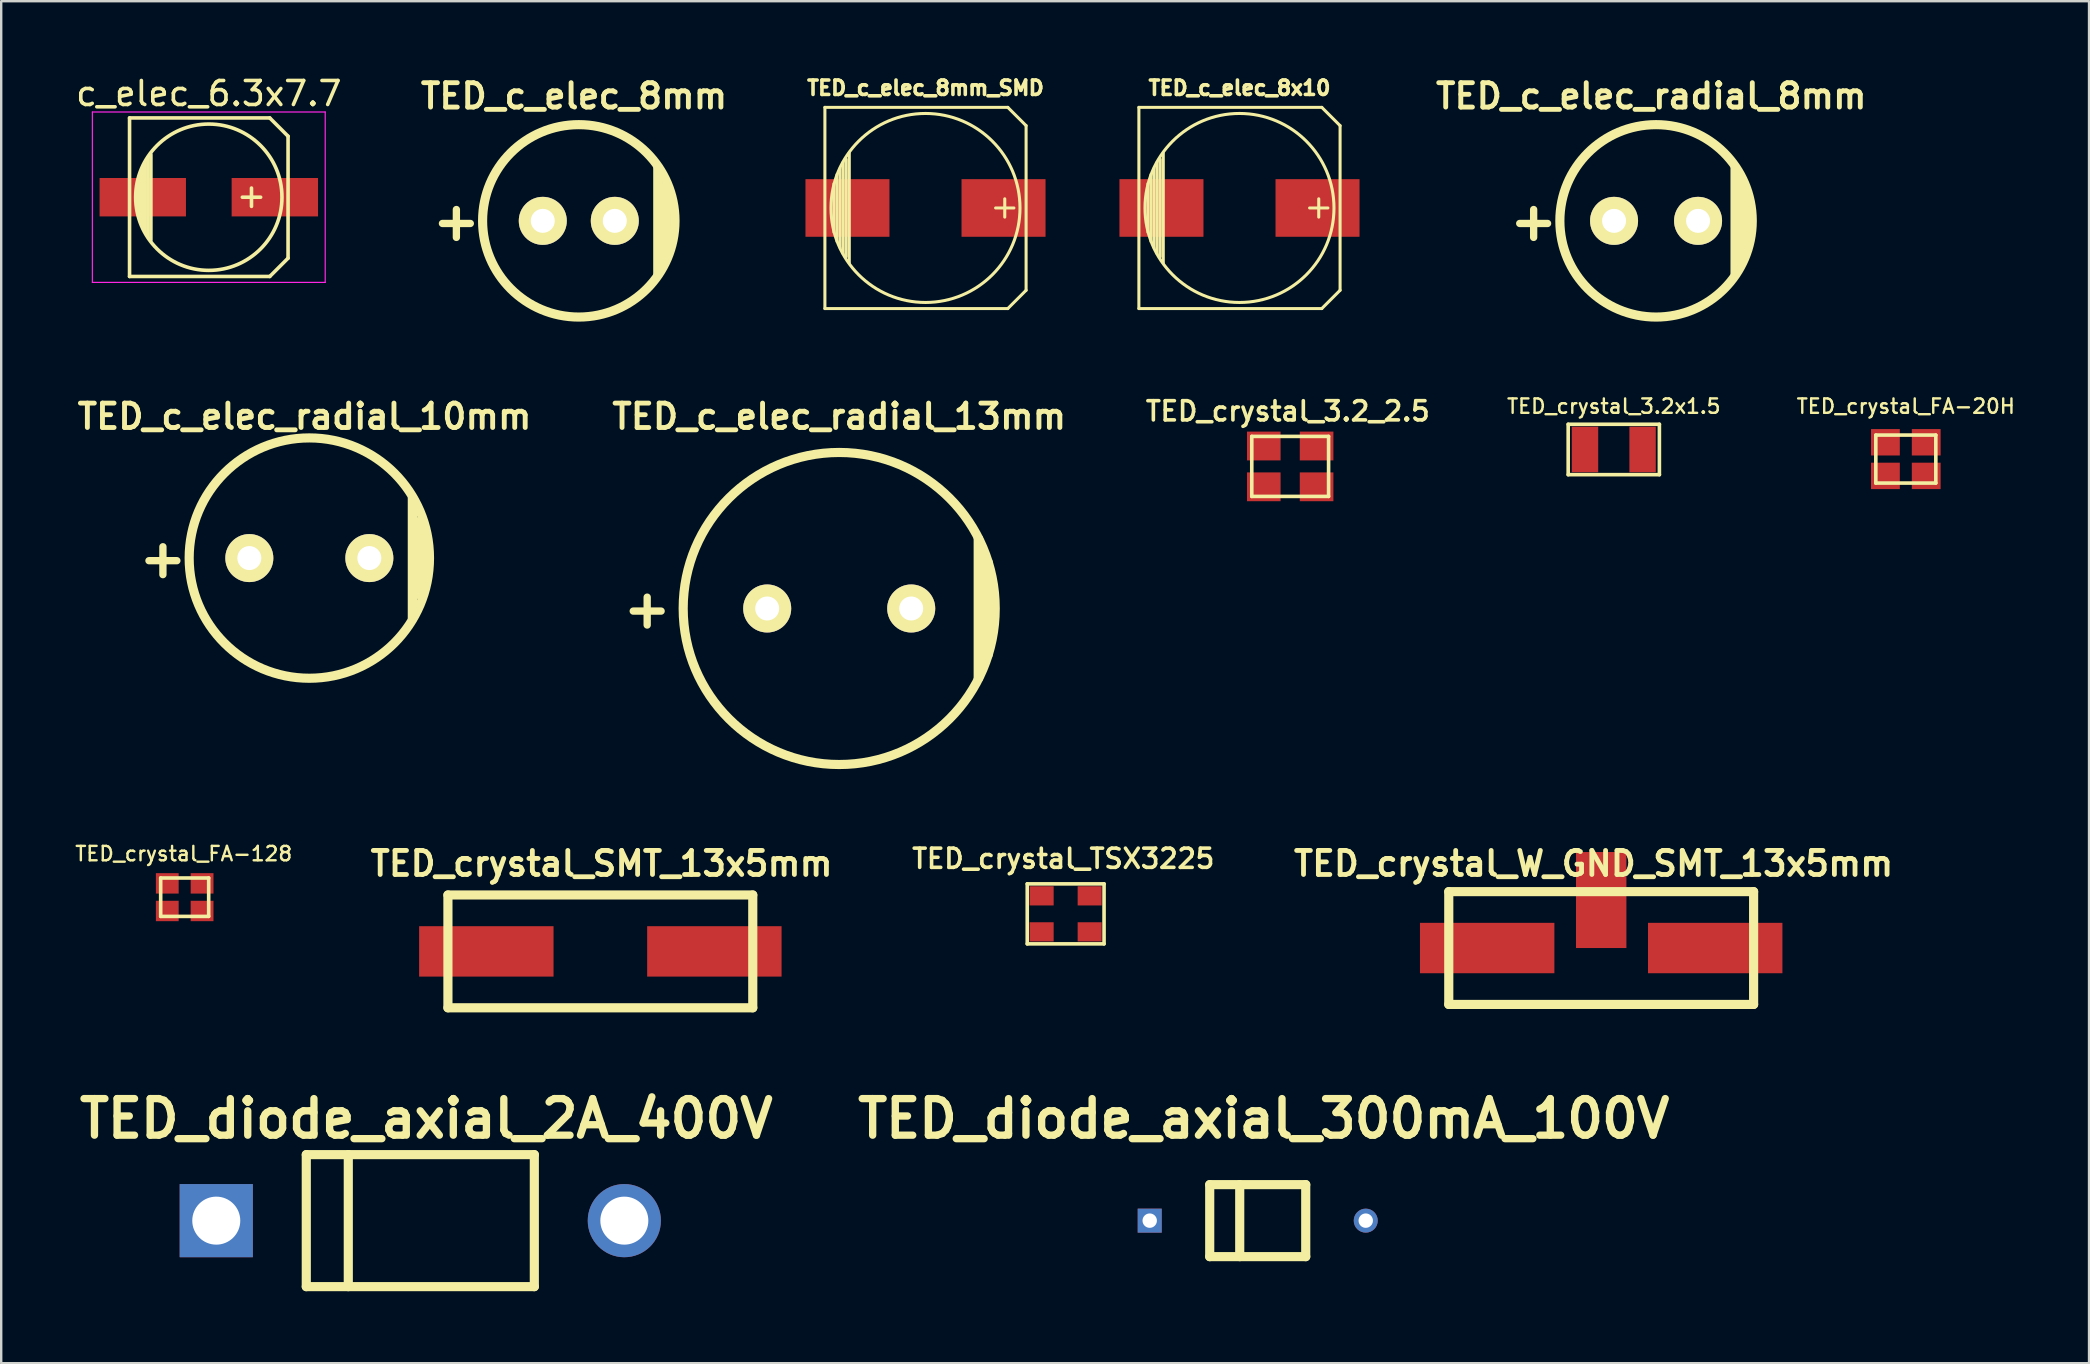
<source format=kicad_pcb>
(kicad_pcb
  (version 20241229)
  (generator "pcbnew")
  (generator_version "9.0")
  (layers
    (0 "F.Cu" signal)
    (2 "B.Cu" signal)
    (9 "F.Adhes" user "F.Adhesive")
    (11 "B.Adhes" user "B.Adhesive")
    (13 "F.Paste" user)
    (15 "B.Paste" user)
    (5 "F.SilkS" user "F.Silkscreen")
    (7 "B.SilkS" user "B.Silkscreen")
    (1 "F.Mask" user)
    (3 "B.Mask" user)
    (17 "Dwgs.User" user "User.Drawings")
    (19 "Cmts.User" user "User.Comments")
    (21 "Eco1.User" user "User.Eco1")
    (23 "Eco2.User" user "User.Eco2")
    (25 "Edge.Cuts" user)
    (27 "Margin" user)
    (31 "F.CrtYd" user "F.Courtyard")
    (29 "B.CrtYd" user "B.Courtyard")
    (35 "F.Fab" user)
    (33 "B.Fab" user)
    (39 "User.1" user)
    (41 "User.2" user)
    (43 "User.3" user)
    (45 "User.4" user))
  (footprint "TED_c_elec_radial_8mm"
    (layer "F.Cu")
    (at 65.943 6.151)
    (property "Reference" "TED_c_elec_radial_8mm" (at -0.2 -5.2 0) (layer "F.SilkS") (effects (font (size 1.016 1.016) (thickness 0.203))))
    (attr through_hole)
    (fp_line (start 3.3 2.2) (end 3.3 -2.2) (stroke (width 0.4) (type solid)) (layer "F.SilkS"))
    (fp_line (start 3.65 -1.5) (end 3.65 1.5) (stroke (width 0.381) (type solid)) (layer "F.SilkS"))
    (fp_circle (center 0 0) (end 4 0.25) (stroke (width 0.381) (type solid)) (fill no) (layer "F.SilkS"))
    (fp_text user "+" (at -5.1 0 0) (layer "F.SilkS") (effects (font (size 1.524 1.524) (thickness 0.305))))
    (pad "1" thru_hole circle (at -1.75 0) (size 2 2) (drill 1) (layers "*.Mask" "B.Cu" "F.SilkS"))
    (pad "2" thru_hole circle (at 1.75 0) (size 2 2) (drill 1) (layers "*.Mask" "B.Cu" "F.SilkS")))
  (footprint "TED_crystal_W_GND_SMT_13x5mm"
    (layer "F.Cu")
    (at 63.657 36.446)
    (property "Reference" "TED_crystal_W_GND_SMT_13x5mm" (at -0.318 -3.518 0) (layer "F.SilkS") (effects (font (size 1.001 1.001) (thickness 0.201))))
    (attr through_hole)
    (fp_line (start -6.35 -2.35) (end -6.35 2.35) (stroke (width 0.381) (type solid)) (layer "F.SilkS"))
    (fp_line (start -6.35 -2.35) (end 6.35 -2.35) (stroke (width 0.381) (type solid)) (layer "F.SilkS"))
    (fp_line (start -6.35 2.35) (end 6.35 2.35) (stroke (width 0.381) (type solid)) (layer "F.SilkS"))
    (fp_line (start 6.35 -2.35) (end 6.35 2.35) (stroke (width 0.381) (type solid)) (layer "F.SilkS"))
    (pad "1" smd rect (at -4.75 0) (size 5.6 2.1) (layers "F.Cu" "F.Mask" "F.Paste"))
    (pad "2" smd rect (at 4.75 0) (size 5.6 2.1) (layers "F.Cu" "F.Mask" "F.Paste"))
    (pad "3" smd rect (at 0 -2) (size 2.1 4) (layers "F.Cu" "F.Mask" "F.Paste")))
  (footprint "TED_c_elec_8x10"
    (layer "F.Cu")
    (at 48.588 5.614)
    (property "Reference" "TED_c_elec_8x10" (at 0 -5 0) (layer "F.SilkS") (effects (font (size 0.6 0.6) (thickness 0.15))))
    (attr through_hole)
    (fp_line (start -4.191 -4.191) (end -4.191 4.191) (stroke (width 0.127) (type solid)) (layer "F.SilkS"))
    (fp_line (start -4.191 4.191) (end 3.429 4.191) (stroke (width 0.127) (type solid)) (layer "F.SilkS"))
    (fp_line (start -3.81 -1.016) (end -3.81 1.016) (stroke (width 0.127) (type solid)) (layer "F.SilkS"))
    (fp_line (start -3.683 1.397) (end -3.683 -1.397) (stroke (width 0.127) (type solid)) (layer "F.SilkS"))
    (fp_line (start -3.556 -1.651) (end -3.556 1.651) (stroke (width 0.127) (type solid)) (layer "F.SilkS"))
    (fp_line (start -3.429 1.905) (end -3.429 -1.905) (stroke (width 0.127) (type solid)) (layer "F.SilkS"))
    (fp_line (start -3.302 2.032) (end -3.302 -2.032) (stroke (width 0.127) (type solid)) (layer "F.SilkS"))
    (fp_line (start -3.175 -2.286) (end -3.175 2.286) (stroke (width 0.127) (type solid)) (layer "F.SilkS"))
    (fp_line (start 3.302 -0.381) (end 3.302 0.381) (stroke (width 0.127) (type solid)) (layer "F.SilkS"))
    (fp_line (start 3.429 -4.191) (end -4.191 -4.191) (stroke (width 0.127) (type solid)) (layer "F.SilkS"))
    (fp_line (start 3.429 4.191) (end 4.191 3.429) (stroke (width 0.127) (type solid)) (layer "F.SilkS"))
    (fp_line (start 3.683 0) (end 2.921 0) (stroke (width 0.127) (type solid)) (layer "F.SilkS"))
    (fp_line (start 4.191 -3.429) (end 3.429 -4.191) (stroke (width 0.127) (type solid)) (layer "F.SilkS"))
    (fp_line (start 4.191 3.429) (end 4.191 -3.429) (stroke (width 0.127) (type solid)) (layer "F.SilkS"))
    (fp_circle (center 0 0) (end 3.937 0) (stroke (width 0.127) (type solid)) (fill no) (layer "F.SilkS"))
    (pad "1" smd rect (at 3.251 0) (size 3.5 2.4) (layers "F.Cu" "F.Mask" "F.Paste"))
    (pad "2" smd rect (at -3.251 0) (size 3.5 2.4) (layers "F.Cu" "F.Mask" "F.Paste")))
  (footprint "TED_c_elec_radial_10mm"
    (layer "F.Cu")
    (at 9.837 20.2)
    (property "Reference" "TED_c_elec_radial_10mm" (at -0.2 -5.9 0) (layer "F.SilkS") (effects (font (size 1.016 1.016) (thickness 0.203))))
    (attr through_hole)
    (fp_line (start 4.3 2.5) (end 4.3 -2.5) (stroke (width 0.4) (type solid)) (layer "F.SilkS"))
    (fp_line (start 4.65 -1.5) (end 4.65 1.5) (stroke (width 0.5) (type solid)) (layer "F.SilkS"))
    (fp_circle (center 0 0) (end 5 0.25) (stroke (width 0.381) (type solid)) (fill no) (layer "F.SilkS"))
    (fp_text user "+" (at -6.1 0 0) (layer "F.SilkS") (effects (font (size 1.524 1.524) (thickness 0.305))))
    (pad "1" thru_hole circle (at -2.5 0) (size 2 2) (drill 1) (layers "*.Mask" "B.Cu" "F.SilkS"))
    (pad "2" thru_hole circle (at 2.5 0) (size 2 2) (drill 1) (layers "*.Mask" "B.Cu" "F.SilkS")))
  (footprint "TED_diode_axial_2A_400V"
    (layer "F.Cu")
    (at 14.46 47.803)
    (property "Reference" "TED_diode_axial_2A_400V" (at 0.25 -4.25 0) (layer "F.SilkS") (effects (font (size 1.524 1.524) (thickness 0.305))))
    (attr through_hole)
    (fp_line (start -4.75 -2.75) (end 4.75 -2.75) (stroke (width 0.381) (type solid)) (layer "F.SilkS"))
    (fp_line (start -4.75 2.75) (end -4.75 -2.75) (stroke (width 0.381) (type solid)) (layer "F.SilkS"))
    (fp_line (start -3 -2.75) (end -3 2.75) (stroke (width 0.381) (type solid)) (layer "F.SilkS"))
    (fp_line (start 4.75 -2.75) (end 4.75 2.75) (stroke (width 0.381) (type solid)) (layer "F.SilkS"))
    (fp_line (start 4.75 2.75) (end -4.75 2.75) (stroke (width 0.381) (type solid)) (layer "F.SilkS"))
    (pad "1" thru_hole rect (at -8.5 0) (size 3.048 3.048) (drill 2) (layers "B.Cu"))
    (pad "2" thru_hole circle (at 8.5 0) (size 3.048 3.048) (drill 2) (layers "B.Cu")))
  (footprint "TED_crystal_3.2_2.5"
    (layer "F.Cu")
    (at 50.7 16.381)
    (property "Reference" "TED_crystal_3.2_2.5" (at -0.1 -2.3 0) (layer "F.SilkS") (effects (font (size 0.8 0.8) (thickness 0.15))))
    (attr through_hole)
    (fp_line (start -1.6 -1.25) (end 1.6 -1.25) (stroke (width 0.15) (type solid)) (layer "F.SilkS"))
    (fp_line (start -1.6 1.25) (end -1.6 -1.25) (stroke (width 0.15) (type solid)) (layer "F.SilkS"))
    (fp_line (start 1.6 -1.25) (end 1.6 1.25) (stroke (width 0.15) (type solid)) (layer "F.SilkS"))
    (fp_line (start 1.6 1.25) (end -1.6 1.25) (stroke (width 0.15) (type solid)) (layer "F.SilkS"))
    (pad "1" smd rect (at -1.1 0.85) (size 1.4 1.2) (layers "F.Cu" "F.Mask" "F.Paste"))
    (pad "2" smd rect (at 1.1 0.85) (size 1.4 1.2) (layers "F.Cu" "F.Mask" "F.Paste"))
    (pad "3" smd rect (at 1.1 -0.85) (size 1.4 1.2) (layers "F.Cu" "F.Mask" "F.Paste"))
    (pad "4" smd rect (at -1.1 -0.85) (size 1.4 1.2) (layers "F.Cu" "F.Mask" "F.Paste")))
  (footprint "TED_c_elec_8mm"
    (layer "F.Cu")
    (at 21.063 6.151)
    (property "Reference" "TED_c_elec_8mm" (at -0.2 -5.2 0) (layer "F.SilkS") (effects (font (size 1.016 1.016) (thickness 0.203))))
    (attr through_hole)
    (fp_line (start 3.3 2.2) (end 3.3 -2.2) (stroke (width 0.4) (type solid)) (layer "F.SilkS"))
    (fp_line (start 3.65 -1.5) (end 3.65 1.5) (stroke (width 0.381) (type solid)) (layer "F.SilkS"))
    (fp_circle (center 0 0) (end 4 0.25) (stroke (width 0.381) (type solid)) (fill no) (layer "F.SilkS"))
    (fp_text user "+" (at -5.1 0 0) (layer "F.SilkS") (effects (font (size 1.524 1.524) (thickness 0.305))))
    (pad "1" thru_hole circle (at -1.5 0) (size 2 2) (drill 1) (layers "*.Mask" "B.Cu" "F.SilkS"))
    (pad "2" thru_hole circle (at 1.5 0) (size 2 2) (drill 1) (layers "*.Mask" "B.Cu" "F.SilkS")))
  (footprint "TED_c_elec_radial_13mm"
    (layer "F.Cu")
    (at 31.912 22.3)
    (property "Reference" "TED_c_elec_radial_13mm" (at 0 -8 0) (layer "F.SilkS") (effects (font (size 1.016 1.016) (thickness 0.203))))
    (attr through_hole)
    (fp_line (start 5.8 2.9) (end 5.8 -2.9) (stroke (width 0.4) (type solid)) (layer "F.SilkS"))
    (fp_line (start 6.15 -1.9) (end 6.15 1.9) (stroke (width 0.5) (type solid)) (layer "F.SilkS"))
    (fp_circle (center 0 0) (end 6.5 0) (stroke (width 0.381) (type solid)) (fill no) (layer "F.SilkS"))
    (fp_text user "+" (at -8 0 0) (layer "F.SilkS") (effects (font (size 1.524 1.524) (thickness 0.305))))
    (pad "1" thru_hole circle (at -3 0) (size 2 2) (drill 1) (layers "*.Mask" "B.Cu" "F.SilkS"))
    (pad "2" thru_hole circle (at 3 0) (size 2 2) (drill 1) (layers "*.Mask" "B.Cu" "F.SilkS")))
  (footprint "c_elec_6.3x7.7"
    (layer "F.Cu")
    (at 5.649 5.166)
    (property "Reference" "c_elec_6.3x7.7" (at 0 -4.318 0) (layer "F.SilkS") (effects (font (size 1 1) (thickness 0.15))))
    (attr smd)
    (fp_line (start -3.302 -3.302) (end -3.302 3.302) (stroke (width 0.15) (type solid)) (layer "F.SilkS"))
    (fp_line (start -3.302 3.302) (end 2.54 3.302) (stroke (width 0.15) (type solid)) (layer "F.SilkS"))
    (fp_line (start -2.921 -0.762) (end -2.921 0.762) (stroke (width 0.15) (type solid)) (layer "F.SilkS"))
    (fp_line (start -2.794 1.143) (end -2.794 -1.143) (stroke (width 0.15) (type solid)) (layer "F.SilkS"))
    (fp_line (start -2.667 -1.397) (end -2.667 1.397) (stroke (width 0.15) (type solid)) (layer "F.SilkS"))
    (fp_line (start -2.54 1.651) (end -2.54 -1.651) (stroke (width 0.15) (type solid)) (layer "F.SilkS"))
    (fp_line (start -2.413 -1.778) (end -2.413 1.778) (stroke (width 0.15) (type solid)) (layer "F.SilkS"))
    (fp_line (start 1.778 -0.381) (end 1.778 0.381) (stroke (width 0.15) (type solid)) (layer "F.SilkS"))
    (fp_line (start 2.159 0) (end 1.397 0) (stroke (width 0.15) (type solid)) (layer "F.SilkS"))
    (fp_line (start 2.54 -3.302) (end -3.302 -3.302) (stroke (width 0.15) (type solid)) (layer "F.SilkS"))
    (fp_line (start 2.54 3.302) (end 3.302 2.54) (stroke (width 0.15) (type solid)) (layer "F.SilkS"))
    (fp_line (start 3.302 -2.54) (end 2.54 -3.302) (stroke (width 0.15) (type solid)) (layer "F.SilkS"))
    (fp_line (start 3.302 2.54) (end 3.302 -2.54) (stroke (width 0.15) (type solid)) (layer "F.SilkS"))
    (fp_circle (center 0 0) (end -3.048 0) (stroke (width 0.15) (type solid)) (fill no) (layer "F.SilkS"))
    (fp_line (start -4.85 -3.55) (end 4.85 -3.55) (stroke (width 0.05) (type solid)) (layer "F.CrtYd"))
    (fp_line (start -4.85 3.55) (end -4.85 -3.55) (stroke (width 0.05) (type solid)) (layer "F.CrtYd"))
    (fp_line (start 4.85 -3.55) (end 4.85 3.55) (stroke (width 0.05) (type solid)) (layer "F.CrtYd"))
    (fp_line (start 4.85 3.55) (end -4.85 3.55) (stroke (width 0.05) (type solid)) (layer "F.CrtYd"))
    (pad "1" smd rect (at 2.751 0) (size 3.599 1.6) (layers "F.Cu" "F.Mask" "F.Paste"))
    (pad "2" smd rect (at -2.751 0) (size 3.599 1.6) (layers "F.Cu" "F.Mask" "F.Paste")))
  (footprint "TED_diode_axial_300mA_100V"
    (layer "F.Cu")
    (at 49.348 47.803)
    (property "Reference" "TED_diode_axial_300mA_100V" (at 0.25 -4.25 0) (layer "F.SilkS") (effects (font (size 1.524 1.524) (thickness 0.305))))
    (attr through_hole)
    (fp_line (start -2 -1.5) (end 2 -1.5) (stroke (width 0.381) (type solid)) (layer "F.SilkS"))
    (fp_line (start -2 1.5) (end -2 -1.5) (stroke (width 0.381) (type solid)) (layer "F.SilkS"))
    (fp_line (start -0.75 -1.5) (end -0.75 1.5) (stroke (width 0.381) (type solid)) (layer "F.SilkS"))
    (fp_line (start 2 -1.5) (end 2 1.5) (stroke (width 0.381) (type solid)) (layer "F.SilkS"))
    (fp_line (start 2 1.5) (end -2 1.5) (stroke (width 0.381) (type solid)) (layer "F.SilkS"))
    (pad "1" thru_hole rect (at -4.5 0) (size 1 1) (drill 0.6) (layers "B.Cu"))
    (pad "2" thru_hole circle (at 4.5 0) (size 1 1) (drill 0.6) (layers "B.Cu")))
  (footprint "TED_crystal_FA-20H"
    (layer "F.Cu")
    (at 76.348 16.076)
    (property "Reference" "TED_crystal_FA-20H" (at 0 -2.2 0) (layer "F.SilkS") (effects (font (size 0.6 0.6) (thickness 0.1))))
    (attr through_hole)
    (fp_line (start -1.25 -1) (end 1.25 -1) (stroke (width 0.15) (type solid)) (layer "F.SilkS"))
    (fp_line (start -1.25 1) (end -1.25 -1) (stroke (width 0.15) (type solid)) (layer "F.SilkS"))
    (fp_line (start 1.25 -1) (end 1.25 1) (stroke (width 0.15) (type solid)) (layer "F.SilkS"))
    (fp_line (start 1.25 1) (end -1.25 1) (stroke (width 0.15) (type solid)) (layer "F.SilkS"))
    (pad "1" smd rect (at -0.85 0.7) (size 1.2 1.1) (layers "F.Cu" "F.Mask" "F.Paste"))
    (pad "2" smd rect (at 0.85 0.7) (size 1.2 1.1) (layers "F.Cu" "F.Mask" "F.Paste"))
    (pad "3" smd rect (at 0.85 -0.7) (size 1.2 1.1) (layers "F.Cu" "F.Mask" "F.Paste"))
    (pad "4" smd rect (at -0.85 -0.7) (size 1.2 1.1) (layers "F.Cu" "F.Mask" "F.Paste")))
  (footprint "TED_crystal_FA-128"
    (layer "F.Cu")
    (at 4.644 34.327)
    (property "Reference" "TED_crystal_FA-128" (at -0.04 -1.81 0) (layer "F.SilkS") (effects (font (size 0.6 0.6) (thickness 0.1))))
    (attr through_hole)
    (fp_line (start -1 -0.8) (end 1 -0.8) (stroke (width 0.15) (type solid)) (layer "F.SilkS"))
    (fp_line (start -1 0.8) (end -1 -0.8) (stroke (width 0.15) (type solid)) (layer "F.SilkS"))
    (fp_line (start 1 -0.8) (end 1 0.8) (stroke (width 0.15) (type solid)) (layer "F.SilkS"))
    (fp_line (start 1 0.8) (end -1 0.8) (stroke (width 0.15) (type solid)) (layer "F.SilkS"))
    (pad "1" smd rect (at -0.725 0.575) (size 0.95 0.85) (layers "F.Cu" "F.Mask" "F.Paste"))
    (pad "2" smd rect (at 0.725 0.575) (size 0.95 0.85) (layers "F.Cu" "F.Mask" "F.Paste"))
    (pad "3" smd rect (at 0.725 -0.575) (size 0.95 0.85) (layers "F.Cu" "F.Mask" "F.Paste"))
    (pad "4" smd rect (at -0.725 -0.575) (size 0.95 0.85) (layers "F.Cu" "F.Mask" "F.Paste")))
  (footprint "TED_crystal_3.2x1.5"
    (layer "F.Cu")
    (at 64.182 15.676)
    (property "Reference" "TED_crystal_3.2x1.5" (at 0 -1.8 0) (layer "F.SilkS") (effects (font (size 0.6 0.6) (thickness 0.1))))
    (attr through_hole)
    (fp_line (start -1.9 -1.05) (end 1.9 -1.05) (stroke (width 0.15) (type solid)) (layer "F.SilkS"))
    (fp_line (start -1.9 1.05) (end -1.9 -1.05) (stroke (width 0.15) (type solid)) (layer "F.SilkS"))
    (fp_line (start 1.9 -1.05) (end 1.9 1.05) (stroke (width 0.15) (type solid)) (layer "F.SilkS"))
    (fp_line (start 1.9 1.05) (end -1.9 1.05) (stroke (width 0.15) (type solid)) (layer "F.SilkS"))
    (pad "1" smd rect (at -1.2 0) (size 1.1 1.9) (layers "F.Cu" "F.Mask" "F.Paste"))
    (pad "2" smd rect (at 1.2 0) (size 1.1 1.9) (layers "F.Cu" "F.Mask" "F.Paste")))
  (footprint "TED_c_elec_8mm_SMD"
    (layer "F.Cu")
    (at 35.507 5.614)
    (property "Reference" "TED_c_elec_8mm_SMD" (at 0 -5 0) (layer "F.SilkS") (effects (font (size 0.6 0.6) (thickness 0.15))))
    (attr through_hole)
    (fp_line (start -4.191 -4.191) (end -4.191 4.191) (stroke (width 0.127) (type solid)) (layer "F.SilkS"))
    (fp_line (start -4.191 4.191) (end 3.429 4.191) (stroke (width 0.127) (type solid)) (layer "F.SilkS"))
    (fp_line (start -3.81 -1.016) (end -3.81 1.016) (stroke (width 0.127) (type solid)) (layer "F.SilkS"))
    (fp_line (start -3.683 1.397) (end -3.683 -1.397) (stroke (width 0.127) (type solid)) (layer "F.SilkS"))
    (fp_line (start -3.556 -1.651) (end -3.556 1.651) (stroke (width 0.127) (type solid)) (layer "F.SilkS"))
    (fp_line (start -3.429 1.905) (end -3.429 -1.905) (stroke (width 0.127) (type solid)) (layer "F.SilkS"))
    (fp_line (start -3.302 2.032) (end -3.302 -2.032) (stroke (width 0.127) (type solid)) (layer "F.SilkS"))
    (fp_line (start -3.175 -2.286) (end -3.175 2.286) (stroke (width 0.127) (type solid)) (layer "F.SilkS"))
    (fp_line (start 3.302 -0.381) (end 3.302 0.381) (stroke (width 0.127) (type solid)) (layer "F.SilkS"))
    (fp_line (start 3.429 -4.191) (end -4.191 -4.191) (stroke (width 0.127) (type solid)) (layer "F.SilkS"))
    (fp_line (start 3.429 4.191) (end 4.191 3.429) (stroke (width 0.127) (type solid)) (layer "F.SilkS"))
    (fp_line (start 3.683 0) (end 2.921 0) (stroke (width 0.127) (type solid)) (layer "F.SilkS"))
    (fp_line (start 4.191 -3.429) (end 3.429 -4.191) (stroke (width 0.127) (type solid)) (layer "F.SilkS"))
    (fp_line (start 4.191 3.429) (end 4.191 -3.429) (stroke (width 0.127) (type solid)) (layer "F.SilkS"))
    (fp_circle (center 0 0) (end 3.937 0) (stroke (width 0.127) (type solid)) (fill no) (layer "F.SilkS"))
    (pad "1" smd rect (at 3.251 0) (size 3.5 2.4) (layers "F.Cu" "F.Mask" "F.Paste"))
    (pad "2" smd rect (at -3.251 0) (size 3.5 2.4) (layers "F.Cu" "F.Mask" "F.Paste")))
  (footprint "TED_crystal_TSX3225"
    (layer "F.Cu")
    (at 41.346 35.022)
    (property "Reference" "TED_crystal_TSX3225" (at -0.1 -2.3 0) (layer "F.SilkS") (effects (font (size 0.8 0.8) (thickness 0.15))))
    (attr through_hole)
    (fp_line (start -1.6 -1.25) (end 1.6 -1.25) (stroke (width 0.15) (type solid)) (layer "F.SilkS"))
    (fp_line (start -1.6 1.25) (end -1.6 -1.25) (stroke (width 0.15) (type solid)) (layer "F.SilkS"))
    (fp_line (start 1.6 -1.25) (end 1.6 1.25) (stroke (width 0.15) (type solid)) (layer "F.SilkS"))
    (fp_line (start 1.6 1.25) (end -1.6 1.25) (stroke (width 0.15) (type solid)) (layer "F.SilkS"))
    (pad "1" smd rect (at -1 0.75) (size 1 0.8) (layers "F.Cu" "F.Mask" "F.Paste"))
    (pad "2" smd rect (at 1 0.75) (size 1 0.8) (layers "F.Cu" "F.Mask" "F.Paste"))
    (pad "3" smd rect (at 1 -0.75) (size 1 0.8) (layers "F.Cu" "F.Mask" "F.Paste"))
    (pad "4" smd rect (at -1 -0.75) (size 1 0.8) (layers "F.Cu" "F.Mask" "F.Paste")))
  (footprint "TED_crystal_SMT_13x5mm"
    (layer "F.Cu")
    (at 21.961 36.586)
    (property "Reference" "TED_crystal_SMT_13x5mm" (at 0.051 -3.658 0) (layer "F.SilkS") (effects (font (size 1.001 1.001) (thickness 0.201))))
    (attr through_hole)
    (fp_line (start -6.35 -2.35) (end -6.35 2.35) (stroke (width 0.381) (type solid)) (layer "F.SilkS"))
    (fp_line (start -6.35 -2.35) (end 6.35 -2.35) (stroke (width 0.381) (type solid)) (layer "F.SilkS"))
    (fp_line (start -6.35 2.35) (end 6.35 2.35) (stroke (width 0.381) (type solid)) (layer "F.SilkS"))
    (fp_line (start 6.35 -2.35) (end 6.35 2.35) (stroke (width 0.381) (type solid)) (layer "F.SilkS"))
    (pad "1" smd rect (at -4.75 0) (size 5.6 2.1) (layers "F.Cu" "F.Mask" "F.Paste"))
    (pad "2" smd rect (at 4.75 0) (size 5.6 2.1) (layers "F.Cu" "F.Mask" "F.Paste")))
  (gr_rect
    (start -3 -3)
    (end 83.981 53.743)
    (stroke (width 0.1) (type default))
    (fill no)
    (layer "Edge.Cuts")))
</source>
